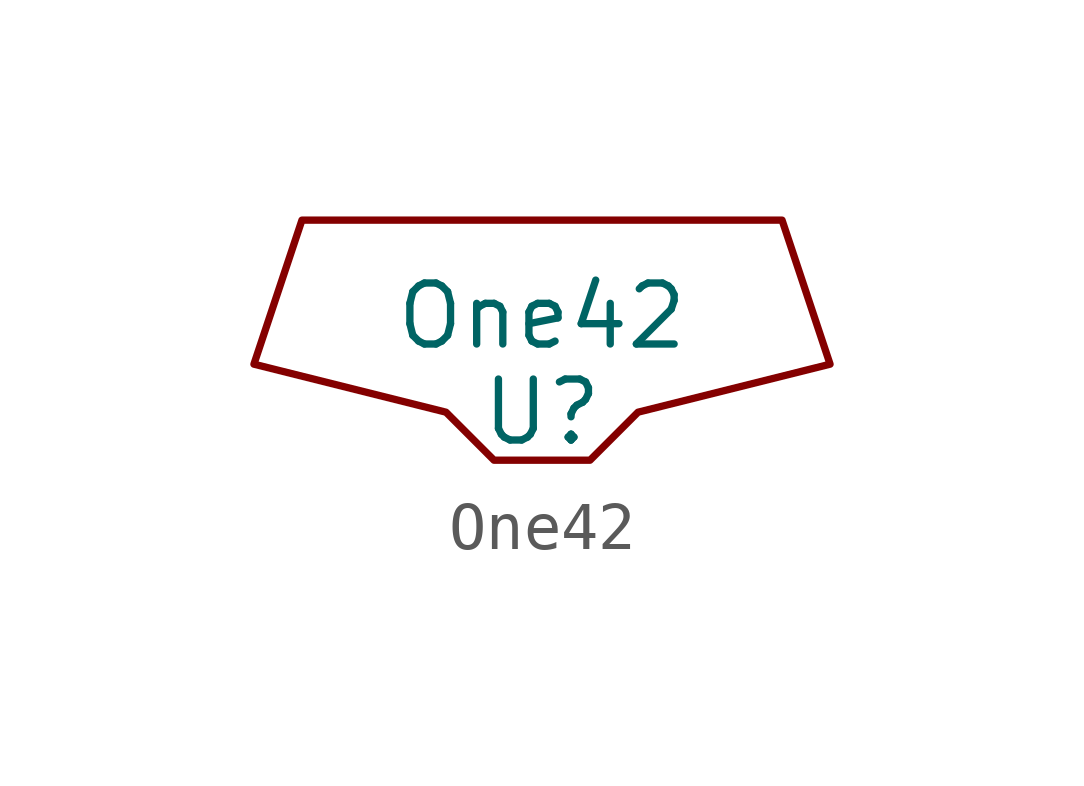
<source format=kicad_sym>
(kicad_symbol_lib
  (version 20210619)
  (generator kicad_symbol_editor)
  (symbol "one42:One42"
    (property "Reference" "U"
      (at 0 -2 0)
      (effects (font (size 1.27 1.27))))
    (property "Value" "One42"
      (at 0 0 0)
      (effects (font (size 1.27 1.27))))
    (symbol "One42_0_1"
      (polyline (pts (xy -5 2) (xy 5 2) (xy 6 -1) (xy 2 -2) (xy 1 -3) (xy -1 -3) (xy -2 -2) (xy -6 -1) (xy -5 2)) (stroke (width 0.152)) (fill (type none))))))
</source>
